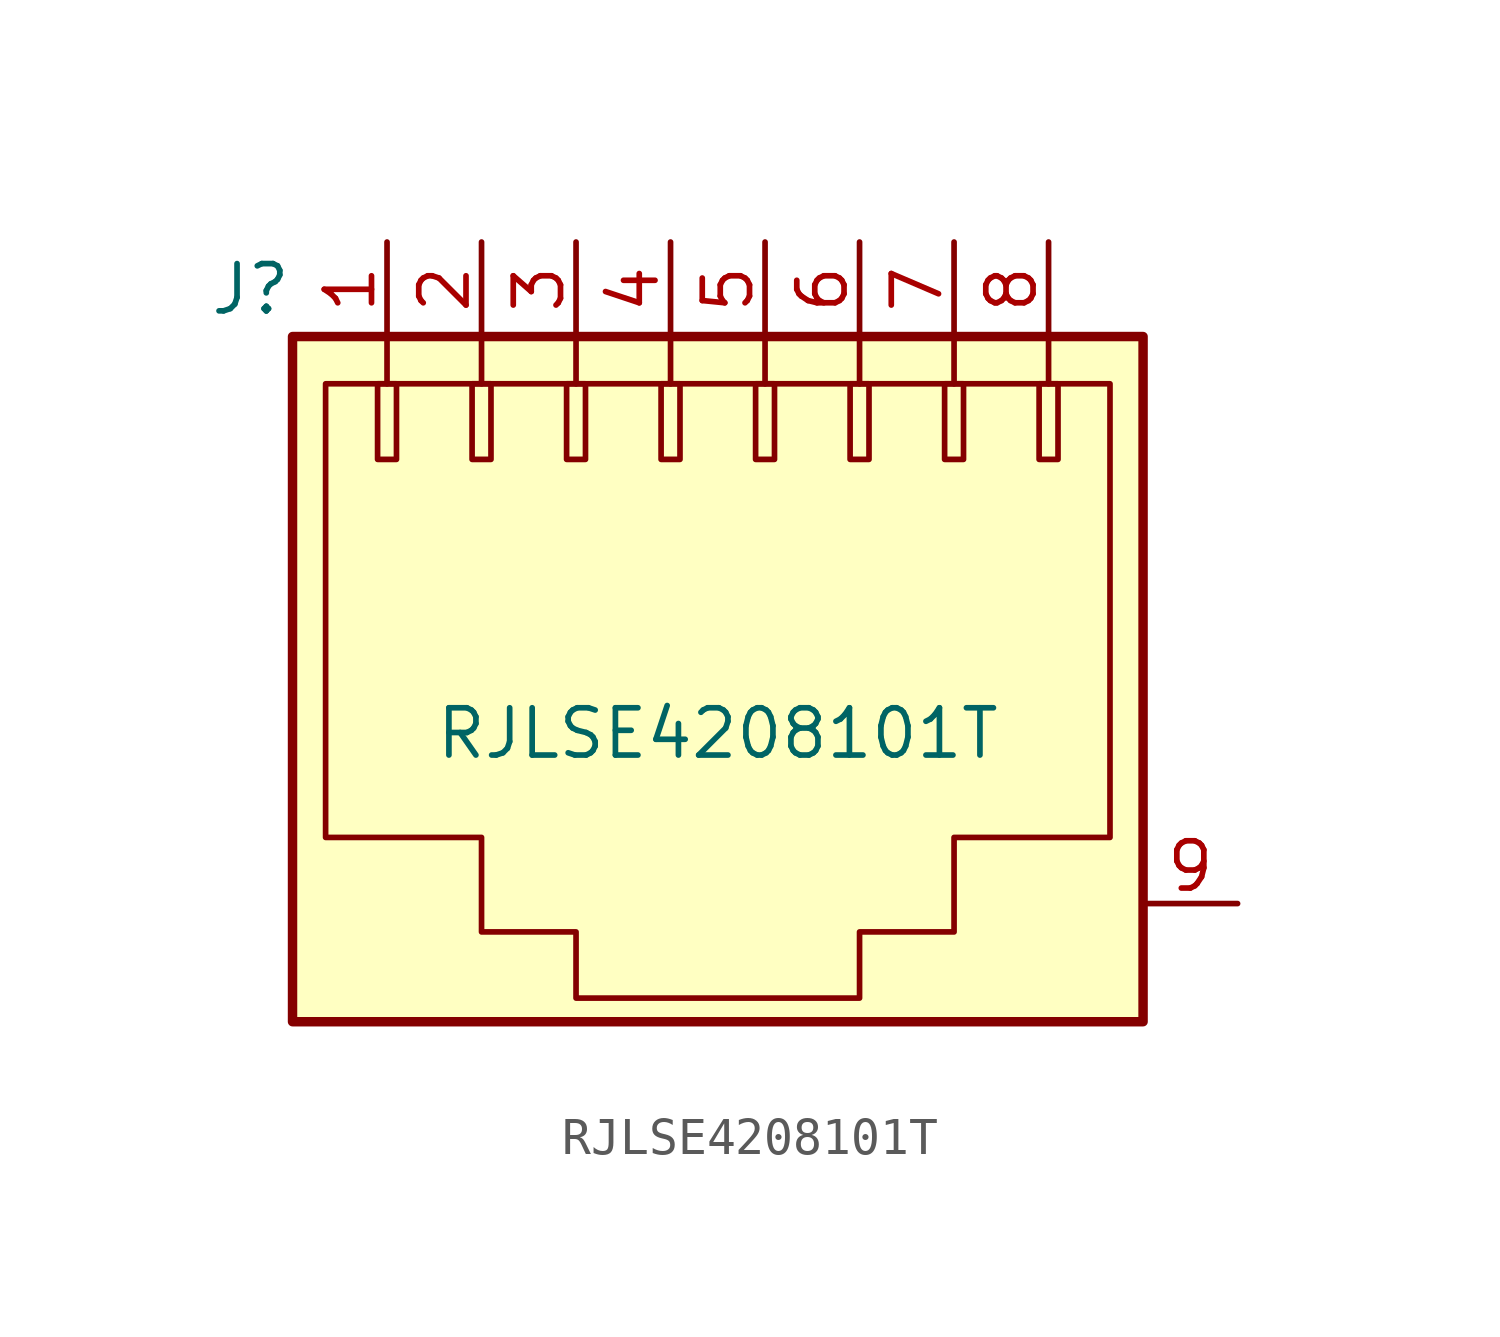
<source format=kicad_sym>
(kicad_symbol_lib
  (version 20211014)
  (generator kicad_symbol_editor)
  (symbol "RJLSE4208101T"
    (pin_names
      (offset 1.016))
    (property "Reference" "J"
      (at -10.16 8.89 0)
      (effects (font (size 1.27 1.27)) (justify right)))
    (property "Value" "RJLSE4208101T"
      (at 1.27 -3.048 0)
      (effects (font (size 1.27 1.27))))
    (symbol "RJLSE4208101T_0_1"
      (rectangle (start -10.16 7.62) (end 12.7 -10.795) (stroke (width 0.254) (type default) (color 0 0 0 0)) (fill (type background)))
      (rectangle (start -7.874 6.35) (end -7.366 4.318) (stroke (width 0) (type default) (color 0 0 0 0)) (fill (type none)))
      (rectangle (start -5.334 6.35) (end -4.826 4.318) (stroke (width 0) (type default) (color 0 0 0 0)) (fill (type none)))
      (rectangle (start -2.794 6.35) (end -2.286 4.318) (stroke (width 0) (type default) (color 0 0 0 0)) (fill (type none)))
      (rectangle (start -0.254 6.35) (end 0.254 4.318) (stroke (width 0) (type default) (color 0 0 0 0)) (fill (type none)))
      (polyline (pts (xy -7.62 7.62) (xy -7.62 6.35)) (stroke (width 0) (type default) (color 0 0 0 0)) (fill (type none)))
      (polyline (pts (xy -5.08 7.62) (xy -5.08 6.35)) (stroke (width 0) (type default) (color 0 0 0 0)) (fill (type none)))
      (polyline (pts (xy -2.54 7.62) (xy -2.54 6.35)) (stroke (width 0) (type default) (color 0 0 0 0)) (fill (type none)))
      (polyline (pts (xy 0 7.62) (xy 0 6.35)) (stroke (width 0) (type default) (color 0 0 0 0)) (fill (type none)))
      (polyline (pts (xy 2.54 7.62) (xy 2.54 6.35)) (stroke (width 0) (type default) (color 0 0 0 0)) (fill (type none)))
      (polyline (pts (xy 5.08 7.62) (xy 5.08 6.35)) (stroke (width 0) (type default) (color 0 0 0 0)) (fill (type none)))
      (polyline (pts (xy 7.62 7.62) (xy 7.62 6.35)) (stroke (width 0) (type default) (color 0 0 0 0)) (fill (type none)))
      (polyline (pts (xy 10.16 7.62) (xy 10.16 6.35)) (stroke (width 0) (type default) (color 0 0 0 0)) (fill (type none)))
      (polyline (pts (xy -9.271 6.35) (xy 11.811 6.35) (xy 11.811 -5.842) (xy 7.62 -5.842) (xy 7.62 -8.382) (xy 5.08 -8.382) (xy 5.08 -10.16) (xy -2.54 -10.16) (xy -2.54 -8.382) (xy -5.08 -8.382) (xy -5.08 -5.842) (xy -9.271 -5.842) (xy -9.271 6.35)) (stroke (width 0) (type default) (color 0 0 0 0)) (fill (type none)))
      (rectangle (start 2.286 6.35) (end 2.794 4.318) (stroke (width 0) (type default) (color 0 0 0 0)) (fill (type none)))
      (rectangle (start 4.826 6.35) (end 5.334 4.318) (stroke (width 0) (type default) (color 0 0 0 0)) (fill (type none)))
      (rectangle (start 7.366 6.35) (end 7.874 4.318) (stroke (width 0) (type default) (color 0 0 0 0)) (fill (type none)))
      (rectangle (start 9.906 6.35) (end 10.414 4.318) (stroke (width 0) (type default) (color 0 0 0 0)) (fill (type none))))
    (symbol "RJLSE4208101T_1_1"
      (pin passive line (at -7.62 10.16 270) (length 2.54) (name "~" (effects (font (size 1.27 1.27)))) (number "1" (effects (font (size 1.27 1.27)))))
      (pin passive line (at -5.08 10.16 270) (length 2.54) (name "~" (effects (font (size 1.27 1.27)))) (number "2" (effects (font (size 1.27 1.27)))))
      (pin passive line (at -2.54 10.16 270) (length 2.54) (name "~" (effects (font (size 1.27 1.27)))) (number "3" (effects (font (size 1.27 1.27)))))
      (pin passive line (at 0 10.16 270) (length 2.54) (name "~" (effects (font (size 1.27 1.27)))) (number "4" (effects (font (size 1.27 1.27)))))
      (pin passive line (at 2.54 10.16 270) (length 2.54) (name "~" (effects (font (size 1.27 1.27)))) (number "5" (effects (font (size 1.27 1.27)))))
      (pin passive line (at 5.08 10.16 270) (length 2.54) (name "~" (effects (font (size 1.27 1.27)))) (number "6" (effects (font (size 1.27 1.27)))))
      (pin passive line (at 7.62 10.16 270) (length 2.54) (name "~" (effects (font (size 1.27 1.27)))) (number "7" (effects (font (size 1.27 1.27)))))
      (pin passive line (at 10.16 10.16 270) (length 2.54) (name "~" (effects (font (size 1.27 1.27)))) (number "8" (effects (font (size 1.27 1.27)))))
      (pin unspecified line (at 15.24 -7.62 180) (length 2.54) (name "~" (effects (font (size 1.27 1.27)))) (number "9" (effects (font (size 1.27 1.27))))))))
</source>
